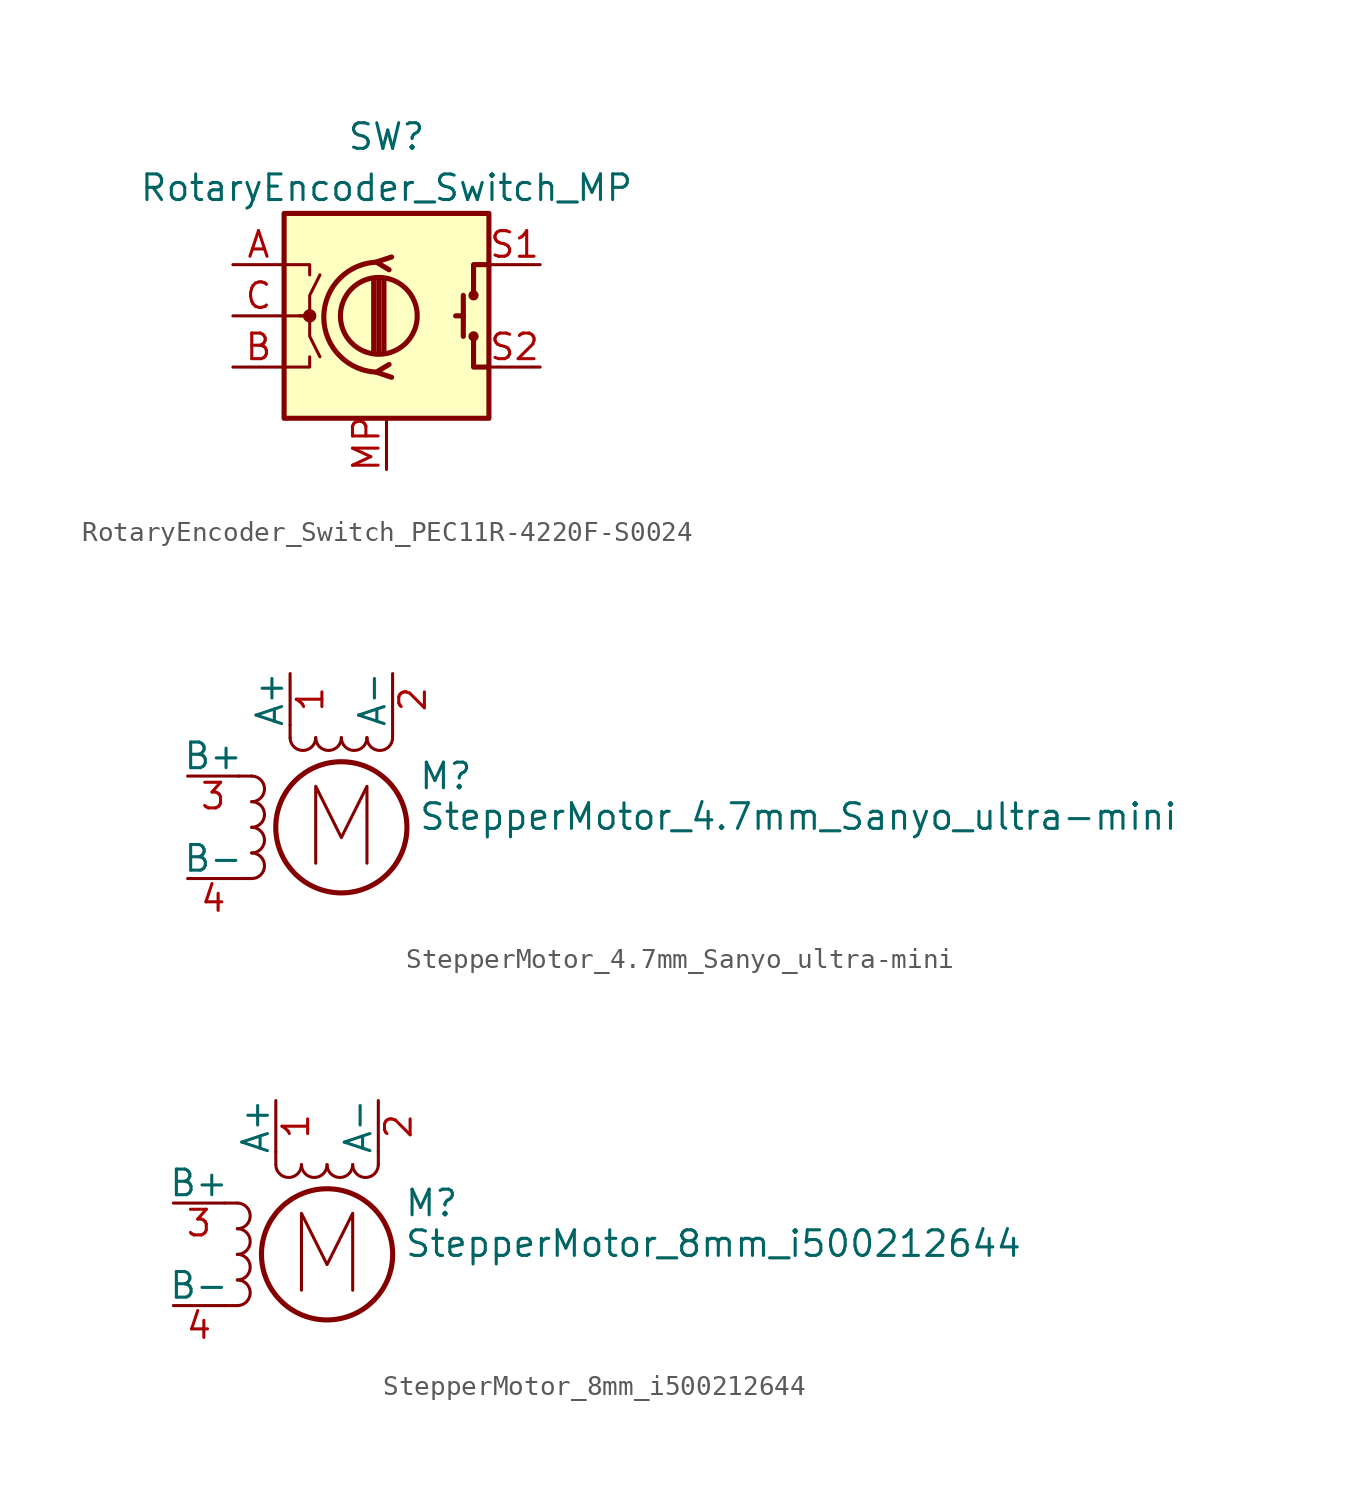
<source format=kicad_sym>
(kicad_symbol_lib
  (version 20231120)
  (generator "kicad_symbol_editor")
  (generator_version "8.0")
  (symbol "RotaryEncoder_Switch_PEC11R-4220F-S0024"
    (pin_names
      (offset 0.254) hide)
    (property "Reference" "SW"
      (at 0 8.89 0)
      (effects (font (size 1.27 1.27))))
    (property "Value" "RotaryEncoder_Switch_MP"
      (at 0 6.35 0)
      (effects (font (size 1.27 1.27))))
    (symbol "RotaryEncoder_Switch_PEC11R-4220F-S0024_0_1"
      (rectangle (start -5.08 5.08) (end 5.08 -5.08) (stroke (width 0.254) (type default)) (fill (type background)))
      (circle (center -3.81 0) (radius 0.254) (stroke (width 0) (type default)) (fill (type outline)))
      (circle (center -0.381 0) (radius 1.905) (stroke (width 0.254) (type default)) (fill (type none)))
      (arc (start -0.381 2.667) (mid -3.0988 -0.0635) (end -0.381 -2.794) (stroke (width 0.254) (type default)) (fill (type none)))
      (polyline (pts (xy -0.635 -1.778) (xy -0.635 1.778)) (stroke (width 0.254) (type default)) (fill (type none)))
      (polyline (pts (xy -0.381 -1.778) (xy -0.381 1.778)) (stroke (width 0.254) (type default)) (fill (type none)))
      (polyline (pts (xy -0.127 1.778) (xy -0.127 -1.778)) (stroke (width 0.254) (type default)) (fill (type none)))
      (polyline (pts (xy 3.81 0) (xy 3.429 0)) (stroke (width 0.254) (type default)) (fill (type none)))
      (polyline (pts (xy 3.81 1.016) (xy 3.81 -1.016)) (stroke (width 0.254) (type default)) (fill (type none)))
      (polyline (pts (xy -5.08 -2.54) (xy -3.81 -2.54) (xy -3.81 -2.032)) (stroke (width 0) (type default)) (fill (type none)))
      (polyline (pts (xy -5.08 2.54) (xy -3.81 2.54) (xy -3.81 2.032)) (stroke (width 0) (type default)) (fill (type none)))
      (polyline (pts (xy 0.254 -3.048) (xy -0.508 -2.794) (xy 0.127 -2.413)) (stroke (width 0.254) (type default)) (fill (type none)))
      (polyline (pts (xy 0.254 2.921) (xy -0.508 2.667) (xy 0.127 2.286)) (stroke (width 0.254) (type default)) (fill (type none)))
      (polyline (pts (xy 5.08 -2.54) (xy 4.318 -2.54) (xy 4.318 -1.016)) (stroke (width 0.254) (type default)) (fill (type none)))
      (polyline (pts (xy 5.08 2.54) (xy 4.318 2.54) (xy 4.318 1.016)) (stroke (width 0.254) (type default)) (fill (type none)))
      (polyline (pts (xy -5.08 0) (xy -3.81 0) (xy -3.81 -1.016) (xy -3.302 -2.032)) (stroke (width 0) (type default)) (fill (type none)))
      (polyline (pts (xy -4.318 0) (xy -3.81 0) (xy -3.81 1.016) (xy -3.302 2.032)) (stroke (width 0) (type default)) (fill (type none)))
      (circle (center 4.318 -1.016) (radius 0.127) (stroke (width 0.254) (type default)) (fill (type none)))
      (circle (center 4.318 1.016) (radius 0.127) (stroke (width 0.254) (type default)) (fill (type none))))
    (symbol "RotaryEncoder_Switch_PEC11R-4220F-S0024_1_1"
      (pin passive line (at -7.62 2.54 0) (length 2.54) (name "A" (effects (font (size 1.27 1.27)))) (number "A" (effects (font (size 1.27 1.27)))))
      (pin passive line (at -7.62 -2.54 0) (length 2.54) (name "B" (effects (font (size 1.27 1.27)))) (number "B" (effects (font (size 1.27 1.27)))))
      (pin passive line (at -7.62 0 0) (length 2.54) (name "C" (effects (font (size 1.27 1.27)))) (number "C" (effects (font (size 1.27 1.27)))))
      (pin passive line (at 0 -7.62 90) (length 2.54) (name "MP" (effects (font (size 1.27 1.27)))) (number "MP" (effects (font (size 1.27 1.27)))))
      (pin passive line (at 7.62 2.54 180) (length 2.54) (name "S1" (effects (font (size 1.27 1.27)))) (number "S1" (effects (font (size 1.27 1.27)))))
      (pin passive line (at 7.62 -2.54 180) (length 2.54) (name "S2" (effects (font (size 1.27 1.27)))) (number "S2" (effects (font (size 1.27 1.27)))))))
  (symbol "StepperMotor_4.7mm_Sanyo_ultra-mini"
    (pin_names
      (offset 0))
    (property "Reference" "M"
      (at 3.81 2.54 0)
      (effects (font (size 1.27 1.27)) (justify left)))
    (property "Value" "StepperMotor_4.7mm_Sanyo_ultra-mini"
      (at 3.81 1.27 0)
      (effects (font (size 1.27 1.27)) (justify left top)))
    (symbol "StepperMotor_4.7mm_Sanyo_ultra-mini_0_0"
      (polyline (pts (xy -1.27 -1.778) (xy -1.27 2.032) (xy 0 -0.508) (xy 1.27 2.032) (xy 1.27 -1.778)) (stroke (width 0) (type default)) (fill (type none))))
    (symbol "StepperMotor_4.7mm_Sanyo_ultra-mini_0_1"
      (arc (start -4.445 -2.54) (mid -3.8127 -1.905) (end -4.445 -1.27) (stroke (width 0) (type default)) (fill (type none)))
      (arc (start -4.445 -1.27) (mid -3.8127 -0.635) (end -4.445 0) (stroke (width 0) (type default)) (fill (type none)))
      (arc (start -4.445 0) (mid -3.8127 0.635) (end -4.445 1.27) (stroke (width 0) (type default)) (fill (type none)))
      (arc (start -4.445 1.27) (mid -3.8127 1.905) (end -4.445 2.54) (stroke (width 0) (type default)) (fill (type none)))
      (arc (start -2.54 4.445) (mid -1.905 3.8127) (end -1.27 4.445) (stroke (width 0) (type default)) (fill (type none)))
      (arc (start -1.27 4.445) (mid -0.635 3.8127) (end 0 4.445) (stroke (width 0) (type default)) (fill (type none)))
      (polyline (pts (xy -5.08 -2.54) (xy -4.445 -2.54)) (stroke (width 0) (type default)) (fill (type none)))
      (polyline (pts (xy -5.08 2.54) (xy -4.445 2.54)) (stroke (width 0) (type default)) (fill (type none)))
      (polyline (pts (xy -2.54 5.08) (xy -2.54 4.445)) (stroke (width 0) (type default)) (fill (type none)))
      (polyline (pts (xy 2.54 5.08) (xy 2.54 4.445)) (stroke (width 0) (type default)) (fill (type none)))
      (circle (center 0 0) (radius 3.251) (stroke (width 0.254) (type default)) (fill (type none)))
      (arc (start 0 4.445) (mid 0.635 3.8127) (end 1.27 4.445) (stroke (width 0) (type default)) (fill (type none)))
      (arc (start 1.27 4.445) (mid 1.905 3.8127) (end 2.54 4.445) (stroke (width 0) (type default)) (fill (type none))))
    (symbol "StepperMotor_4.7mm_Sanyo_ultra-mini_1_1"
      (pin passive line (at -2.54 7.62 270) (length 2.54) (name "A+" (effects (font (size 1.27 1.27)))) (number "1" (effects (font (size 1.27 1.27)))))
      (pin passive line (at 2.54 7.62 270) (length 2.54) (name "A-" (effects (font (size 1.27 1.27)))) (number "2" (effects (font (size 1.27 1.27)))))
      (pin passive line (at -7.62 2.54 0) (length 2.54) (name "B+" (effects (font (size 1.27 1.27)))) (number "3" (effects (font (size 1.27 1.27)))))
      (pin passive line (at -7.62 -2.54 0) (length 2.54) (name "B-" (effects (font (size 1.27 1.27)))) (number "4" (effects (font (size 1.27 1.27)))))))
  (symbol "StepperMotor_8mm_i500212644"
    (pin_names
      (offset 0))
    (property "Reference" "M"
      (at 3.81 2.54 0)
      (effects (font (size 1.27 1.27)) (justify left)))
    (property "Value" "StepperMotor_8mm_i500212644"
      (at 3.81 1.27 0)
      (effects (font (size 1.27 1.27)) (justify left top)))
    (symbol "StepperMotor_8mm_i500212644_0_0"
      (polyline (pts (xy -1.27 -1.778) (xy -1.27 2.032) (xy 0 -0.508) (xy 1.27 2.032) (xy 1.27 -1.778)) (stroke (width 0) (type default)) (fill (type none))))
    (symbol "StepperMotor_8mm_i500212644_0_1"
      (arc (start -4.445 -2.54) (mid -3.8127 -1.905) (end -4.445 -1.27) (stroke (width 0) (type default)) (fill (type none)))
      (arc (start -4.445 -1.27) (mid -3.8127 -0.635) (end -4.445 0) (stroke (width 0) (type default)) (fill (type none)))
      (arc (start -4.445 0) (mid -3.8127 0.635) (end -4.445 1.27) (stroke (width 0) (type default)) (fill (type none)))
      (arc (start -4.445 1.27) (mid -3.8127 1.905) (end -4.445 2.54) (stroke (width 0) (type default)) (fill (type none)))
      (arc (start -2.54 4.445) (mid -1.905 3.8127) (end -1.27 4.445) (stroke (width 0) (type default)) (fill (type none)))
      (arc (start -1.27 4.445) (mid -0.635 3.8127) (end 0 4.445) (stroke (width 0) (type default)) (fill (type none)))
      (polyline (pts (xy -5.08 -2.54) (xy -4.445 -2.54)) (stroke (width 0) (type default)) (fill (type none)))
      (polyline (pts (xy -5.08 2.54) (xy -4.445 2.54)) (stroke (width 0) (type default)) (fill (type none)))
      (polyline (pts (xy -2.54 5.08) (xy -2.54 4.445)) (stroke (width 0) (type default)) (fill (type none)))
      (polyline (pts (xy 2.54 5.08) (xy 2.54 4.445)) (stroke (width 0) (type default)) (fill (type none)))
      (circle (center 0 0) (radius 3.251) (stroke (width 0.254) (type default)) (fill (type none)))
      (arc (start 0 4.445) (mid 0.635 3.8127) (end 1.27 4.445) (stroke (width 0) (type default)) (fill (type none)))
      (arc (start 1.27 4.445) (mid 1.905 3.8127) (end 2.54 4.445) (stroke (width 0) (type default)) (fill (type none))))
    (symbol "StepperMotor_8mm_i500212644_1_1"
      (pin passive line (at -2.54 7.62 270) (length 2.54) (name "A+" (effects (font (size 1.27 1.27)))) (number "1" (effects (font (size 1.27 1.27)))))
      (pin passive line (at 2.54 7.62 270) (length 2.54) (name "A-" (effects (font (size 1.27 1.27)))) (number "2" (effects (font (size 1.27 1.27)))))
      (pin passive line (at -7.62 2.54 0) (length 2.54) (name "B+" (effects (font (size 1.27 1.27)))) (number "3" (effects (font (size 1.27 1.27)))))
      (pin passive line (at -7.62 -2.54 0) (length 2.54) (name "B-" (effects (font (size 1.27 1.27)))) (number "4" (effects (font (size 1.27 1.27))))))))
</source>
